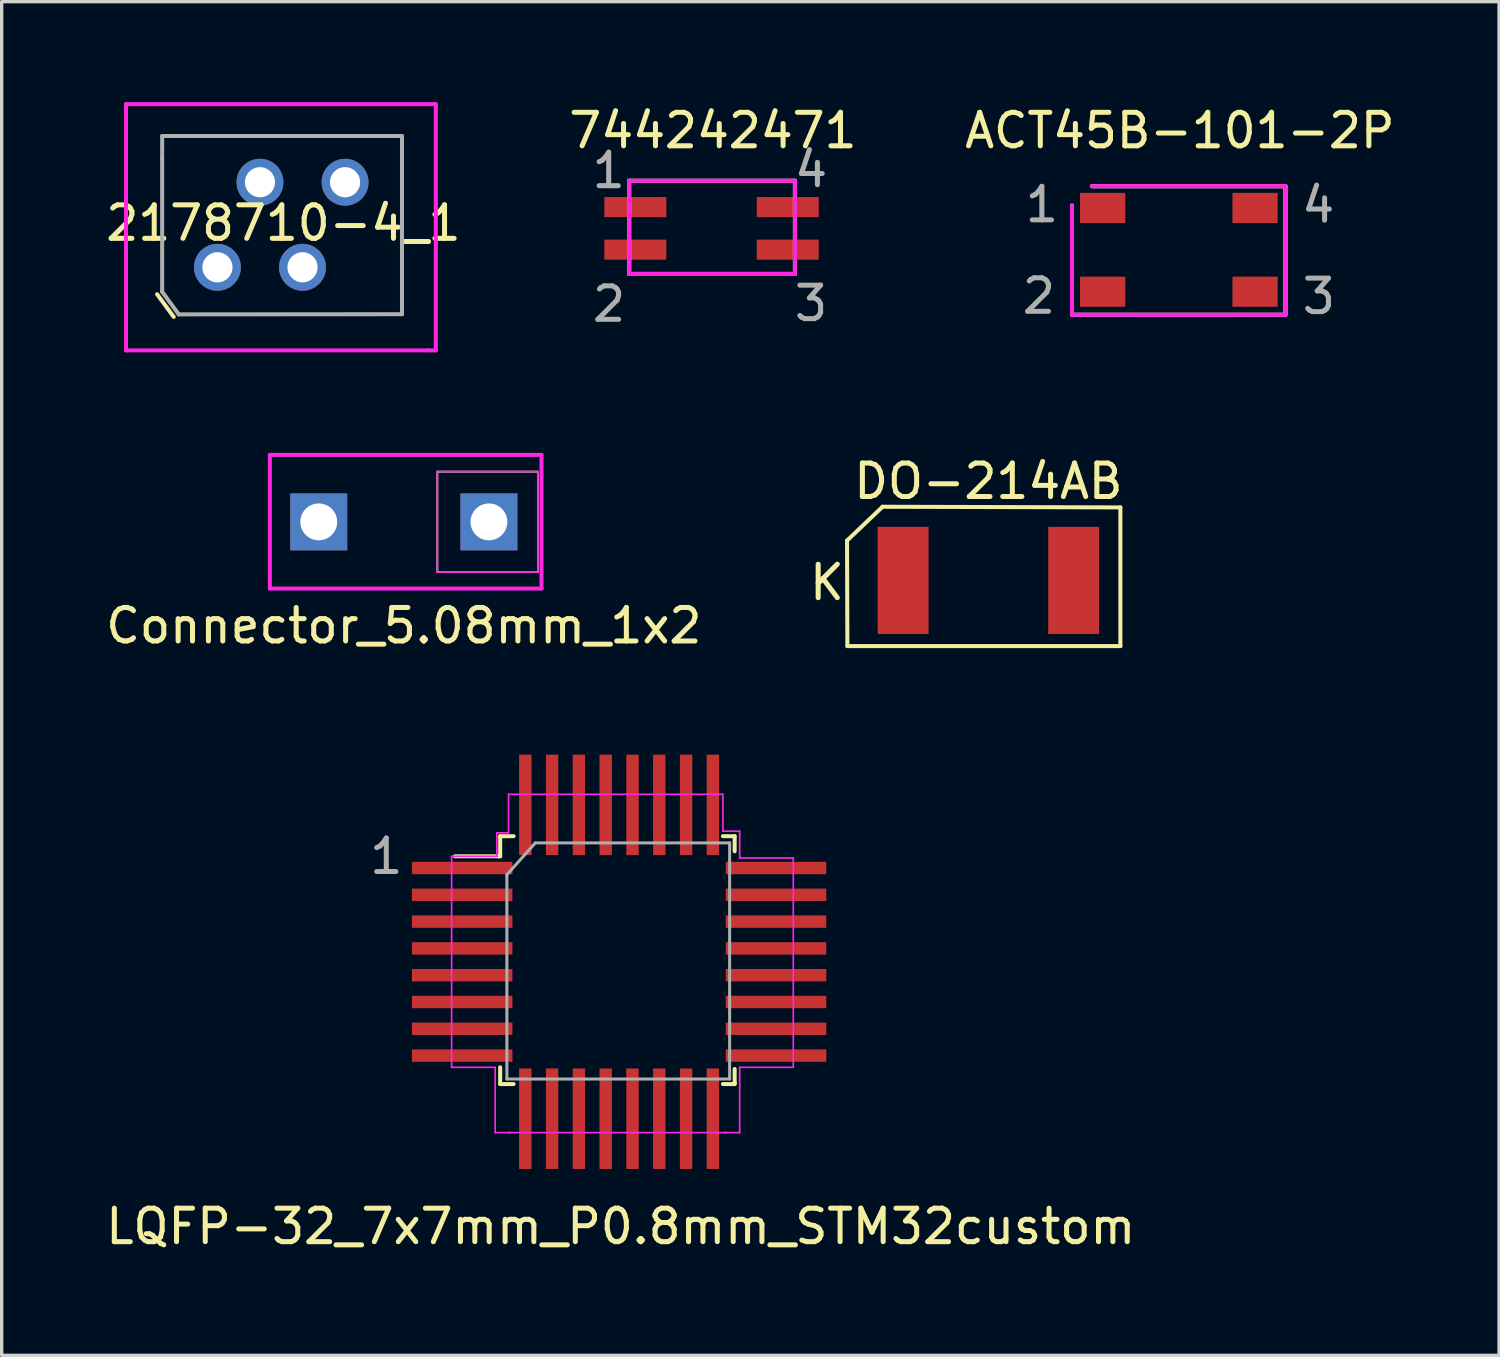
<source format=kicad_pcb>
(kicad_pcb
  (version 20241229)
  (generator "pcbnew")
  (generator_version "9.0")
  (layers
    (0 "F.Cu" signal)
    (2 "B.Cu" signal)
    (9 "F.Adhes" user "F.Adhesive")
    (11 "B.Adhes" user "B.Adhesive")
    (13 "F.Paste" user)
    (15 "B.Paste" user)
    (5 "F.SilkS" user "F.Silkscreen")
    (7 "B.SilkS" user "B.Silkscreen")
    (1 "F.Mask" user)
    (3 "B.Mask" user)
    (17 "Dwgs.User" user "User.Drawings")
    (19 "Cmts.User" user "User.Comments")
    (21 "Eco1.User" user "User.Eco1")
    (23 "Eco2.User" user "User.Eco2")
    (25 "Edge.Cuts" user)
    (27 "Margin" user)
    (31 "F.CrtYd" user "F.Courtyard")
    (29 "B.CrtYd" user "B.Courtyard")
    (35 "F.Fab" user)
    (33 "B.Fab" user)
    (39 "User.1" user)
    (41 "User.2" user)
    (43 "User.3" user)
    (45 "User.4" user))
  (footprint "2178710-4_1"
    (layer "F.Cu")
    (at 4.711 3.66)
    (property "Reference" "2178710-4_1" (at 0.7 -0.05 0) (layer "F.SilkS") (effects (font (size 1 1) (thickness 0.15))))
    (attr through_hole)
    (fp_line (start -3.07 2.075) (end -2.575 2.75) (stroke (width 0.12) (type solid)) (layer "F.SilkS"))
    (fp_line (start -4 -3.6) (end -4 -2) (stroke (width 0.12) (type solid)) (layer "F.CrtYd"))
    (fp_line (start -4 -2) (end -4 3.75) (stroke (width 0.12) (type solid)) (layer "F.CrtYd"))
    (fp_line (start -4 3.75) (end 5 3.75) (stroke (width 0.12) (type solid)) (layer "F.CrtYd"))
    (fp_line (start 5 3.75) (end 5.25 3.75) (stroke (width 0.12) (type solid)) (layer "F.CrtYd"))
    (fp_line (start 5.25 -3.6) (end -4 -3.6) (stroke (width 0.12) (type solid)) (layer "F.CrtYd"))
    (fp_line (start 5.25 3.75) (end 5.25 -3.6) (stroke (width 0.12) (type solid)) (layer "F.CrtYd"))
    (fp_line (start -2.92 -2.65) (end 4.24 -2.65) (stroke (width 0.12) (type solid)) (layer "F.Fab"))
    (fp_line (start -2.92 -1.98) (end -2.92 -2.65) (stroke (width 0.12) (type solid)) (layer "F.Fab"))
    (fp_line (start -2.92 -1.98) (end -2.92 2) (stroke (width 0.12) (type solid)) (layer "F.Fab"))
    (fp_line (start -2.92 2) (end -2.425 2.675) (stroke (width 0.12) (type solid)) (layer "F.Fab"))
    (fp_line (start -2.425 2.675) (end 4.24 2.67) (stroke (width 0.12) (type solid)) (layer "F.Fab"))
    (fp_line (start 4.24 -2.65) (end 4.24 -1.98) (stroke (width 0.12) (type solid)) (layer "F.Fab"))
    (fp_line (start 4.24 -1.98) (end 4.24 1.98) (stroke (width 0.12) (type solid)) (layer "F.Fab"))
    (fp_line (start 4.24 1.98) (end 4.24 2.67) (stroke (width 0.12) (type solid)) (layer "F.Fab"))
    (pad "1" thru_hole circle (at -1.27 1.27) (size 1.4 1.4) (drill 0.9) (layers "*.Cu" "*.Mask"))
    (pad "2" thru_hole circle (at 0 -1.27) (size 1.4 1.4) (drill 0.9) (layers "*.Cu" "*.Mask"))
    (pad "3" thru_hole circle (at 1.27 1.27) (size 1.4 1.4) (drill 0.9) (layers "*.Cu" "*.Mask"))
    (pad "4" thru_hole circle (at 2.54 -1.27) (size 1.4 1.4) (drill 0.9) (layers "*.Cu" "*.Mask")))
  (footprint "ACT45B-101-2P"
    (layer "F.Cu")
    (at 32.143 4.408)
    (property "Reference" "ACT45B-101-2P" (at 0.03 -3.56 0) (layer "F.SilkS") (effects (font (size 1 1) (thickness 0.15))))
    (attr through_hole)
    (fp_line (start -3.19 -1.32) (end -3.19 1.94) (stroke (width 0.12) (type solid)) (layer "F.SilkS"))
    (fp_line (start -3.19 1.94) (end 3.18 1.94) (stroke (width 0.12) (type solid)) (layer "F.SilkS"))
    (fp_line (start 3.18 -1.9) (end -2.59 -1.9) (stroke (width 0.12) (type solid)) (layer "F.SilkS"))
    (fp_line (start 3.18 1.94) (end 3.18 -1.9) (stroke (width 0.12) (type solid)) (layer "F.SilkS"))
    (fp_line (start -3.19 -1.32) (end -3.19 1.94) (stroke (width 0.12) (type solid)) (layer "F.CrtYd"))
    (fp_line (start -3.19 1.94) (end 3.18 1.94) (stroke (width 0.12) (type solid)) (layer "F.CrtYd"))
    (fp_line (start 3.17 -1.9) (end -2.6 -1.9) (stroke (width 0.12) (type solid)) (layer "F.CrtYd"))
    (fp_line (start 3.18 1.94) (end 3.18 -1.9) (stroke (width 0.12) (type solid)) (layer "F.CrtYd"))
    (fp_line (start -3.19 -1.32) (end -3.19 1.94) (stroke (width 0.12) (type solid)) (layer "F.Fab"))
    (fp_line (start -3.19 1.94) (end 3.18 1.94) (stroke (width 0.12) (type solid)) (layer "F.Fab"))
    (fp_line (start 3.18 -1.9) (end -2.59 -1.9) (stroke (width 0.12) (type solid)) (layer "F.Fab"))
    (fp_line (start 3.18 1.94) (end 3.18 -1.9) (stroke (width 0.12) (type solid)) (layer "F.Fab"))
    (fp_text user "1" (at -4.09 -1.35 0) (layer "F.Fab") (effects (font (size 1 1) (thickness 0.15))))
    (fp_text user "4" (at 4.16 -1.34 0) (layer "F.Fab") (effects (font (size 1 1) (thickness 0.15))))
    (fp_text user "2" (at -4.18 1.38 0) (layer "F.Fab") (effects (font (size 1 1) (thickness 0.15))))
    (fp_text user "3" (at 4.18 1.39 0) (layer "F.Fab") (effects (font (size 1 1) (thickness 0.15))))
    (pad "1" smd rect (at -2.275 -1.25) (size 1.35 0.9) (layers "F.Cu" "F.Mask" "F.Paste"))
    (pad "2" smd rect (at -2.275 1.25) (size 1.35 0.9) (layers "F.Cu" "F.Mask" "F.Paste"))
    (pad "3" smd rect (at 2.275 1.25) (size 1.35 0.9) (layers "F.Cu" "F.Mask" "F.Paste"))
    (pad "4" smd rect (at 2.275 -1.25) (size 1.35 0.9) (layers "F.Cu" "F.Mask" "F.Paste")))
  (footprint "744242471"
    (layer "F.Cu")
    (at 18.192 3.768)
    (property "Reference" "744242471" (at 0.04 -2.92 0) (layer "F.SilkS") (effects (font (size 1 1) (thickness 0.15))))
    (attr through_hole)
    (fp_line (start -2.46 -1.42) (end -2.46 1.36) (stroke (width 0.12) (type solid)) (layer "F.SilkS"))
    (fp_line (start -2.46 -1.42) (end 2.49 -1.42) (stroke (width 0.12) (type solid)) (layer "F.SilkS"))
    (fp_line (start 2.49 -1.42) (end 2.49 1.36) (stroke (width 0.12) (type solid)) (layer "F.SilkS"))
    (fp_line (start 2.49 1.36) (end -2.46 1.36) (stroke (width 0.12) (type solid)) (layer "F.SilkS"))
    (fp_line (start -2.46 -1.42) (end -2.46 1.36) (stroke (width 0.12) (type solid)) (layer "F.CrtYd"))
    (fp_line (start -2.46 -1.42) (end 2.49 -1.42) (stroke (width 0.12) (type solid)) (layer "F.CrtYd"))
    (fp_line (start 2.49 -1.42) (end 2.49 1.36) (stroke (width 0.12) (type solid)) (layer "F.CrtYd"))
    (fp_line (start 2.49 1.36) (end -2.46 1.36) (stroke (width 0.12) (type solid)) (layer "F.CrtYd"))
    (fp_line (start -2.46 -1.42) (end -2.46 1.36) (stroke (width 0.12) (type solid)) (layer "F.Fab"))
    (fp_line (start -2.46 -1.42) (end 2.49 -1.42) (stroke (width 0.12) (type solid)) (layer "F.Fab"))
    (fp_line (start 2.49 -1.42) (end 2.49 1.36) (stroke (width 0.12) (type solid)) (layer "F.Fab"))
    (fp_line (start 2.49 1.36) (end -2.46 1.36) (stroke (width 0.12) (type solid)) (layer "F.Fab"))
    (fp_text user "1" (at -3.07 -1.73 0) (layer "F.Fab") (effects (font (size 1 1) (thickness 0.15))))
    (fp_text user "3" (at 2.97 2.24 0) (layer "F.Fab") (effects (font (size 1 1) (thickness 0.15))))
    (fp_text user "2" (at -3.06 2.26 0) (layer "F.Fab") (effects (font (size 1 1) (thickness 0.15))))
    (fp_text user "4" (at 2.97 -1.76 0) (layer "F.Fab") (effects (font (size 1 1) (thickness 0.15))))
    (pad "1" smd rect (at -2.275 -0.635) (size 1.85 0.6) (layers "F.Cu" "F.Mask" "F.Paste"))
    (pad "2" smd rect (at -2.275 0.635) (size 1.85 0.6) (layers "F.Cu" "F.Mask" "F.Paste"))
    (pad "3" smd rect (at 2.275 0.635) (size 1.85 0.6) (layers "F.Cu" "F.Mask" "F.Paste"))
    (pad "4" smd rect (at 2.275 -0.635) (size 1.85 0.6) (layers "F.Cu" "F.Mask" "F.Paste")))
  (footprint "DO-214AB"
    (layer "F.Cu")
    (at 26.457 14.278)
    (property "Reference" "DO-214AB" (at 0 -2.96 0) (layer "F.SilkS") (effects (font (size 1 1) (thickness 0.15))))
    (attr through_hole)
    (fp_line (start -4.21 1.96) (end -4.22 -1.19) (stroke (width 0.12) (type solid)) (layer "F.SilkS"))
    (fp_line (start -4.21 1.96) (end 3.94 1.96) (stroke (width 0.12) (type solid)) (layer "F.SilkS"))
    (fp_line (start -3.16 -2.2) (end -4.22 -1.19) (stroke (width 0.12) (type solid)) (layer "F.SilkS"))
    (fp_line (start 3.94 -2.18) (end -3.16 -2.2) (stroke (width 0.12) (type solid)) (layer "F.SilkS"))
    (fp_line (start 3.94 1.96) (end 3.94 -2.18) (stroke (width 0.12) (type solid)) (layer "F.SilkS"))
    (fp_text user "K" (at -4.82 0.06 0) (layer "F.SilkS") (effects (font (size 1 1) (thickness 0.15))))
    (pad "1" smd rect (at -2.545 0) (size 1.52 3.2) (layers "F.Cu" "F.Mask" "F.Paste"))
    (pad "2" smd rect (at 2.545 0) (size 1.52 3.2) (layers "F.Cu" "F.Mask" "F.Paste")))
  (footprint "Connector_5.08mm_1x2"
    (layer "F.Cu")
    (at 9.006 12.53)
    (property "Reference" "Connector_5.08mm_1x2" (at 0 3.1 180) (layer "F.SilkS") (effects (font (size 1 1) (thickness 0.15))))
    (attr through_hole)
    (fp_line (start 1 -1.5) (end 4 -1.5) (stroke (width 0.05) (type solid)) (layer "F.SilkS"))
    (fp_line (start 1 1.5) (end 1 -1.5) (stroke (width 0.05) (type solid)) (layer "F.SilkS"))
    (fp_line (start 4 -1.5) (end 4 1.5) (stroke (width 0.05) (type solid)) (layer "F.SilkS"))
    (fp_line (start 4 1.5) (end 1 1.5) (stroke (width 0.05) (type solid)) (layer "F.SilkS"))
    (fp_arc (start -3.41958 -0.969788) (mid -1.555198 1.024907) (end -3.429999 -0.959999) (stroke (width 0.05) (type solid)) (layer "Eco2.User"))
    (fp_arc (start 1.60042 -0.999788) (mid 3.464802 0.994907) (end 1.590001 -0.989999) (stroke (width 0.05) (type solid)) (layer "Eco2.User"))
    (fp_line (start -4 -2) (end -4 1.99) (stroke (width 0.12) (type solid)) (layer "F.CrtYd"))
    (fp_line (start -4 -1.99) (end -4 1.99) (stroke (width 0.05) (type solid)) (layer "F.CrtYd"))
    (fp_line (start -4 -1.99) (end 4.11 -1.99) (stroke (width 0.05) (type solid)) (layer "F.CrtYd"))
    (fp_line (start -4 -1.99) (end 4.11 -1.99) (stroke (width 0.05) (type solid)) (layer "F.CrtYd"))
    (fp_line (start -4 1.99) (end 4.11 1.99) (stroke (width 0.12) (type solid)) (layer "F.CrtYd"))
    (fp_line (start 1 -1.5) (end 4 -1.5) (stroke (width 0.05) (type solid)) (layer "F.CrtYd"))
    (fp_line (start 1 1.5) (end 1 -1.5) (stroke (width 0.05) (type solid)) (layer "F.CrtYd"))
    (fp_line (start 4 -1.5) (end 4 1.5) (stroke (width 0.05) (type solid)) (layer "F.CrtYd"))
    (fp_line (start 4 1.5) (end 1 1.5) (stroke (width 0.05) (type solid)) (layer "F.CrtYd"))
    (fp_line (start 4.11 -2) (end -4 -2) (stroke (width 0.12) (type solid)) (layer "F.CrtYd"))
    (fp_line (start 4.11 -1.99) (end 4.11 1.99) (stroke (width 0.05) (type solid)) (layer "F.CrtYd"))
    (fp_line (start 4.11 1.99) (end -4 1.99) (stroke (width 0.05) (type solid)) (layer "F.CrtYd"))
    (fp_line (start 4.11 1.99) (end 4.11 -2) (stroke (width 0.12) (type solid)) (layer "F.CrtYd"))
    (fp_line (start -4 -2) (end -4 1.98) (stroke (width 0.05) (type solid)) (layer "F.Fab"))
    (fp_line (start 1 -1.5) (end 4 -1.5) (stroke (width 0.05) (type solid)) (layer "F.Fab"))
    (fp_line (start 1 1.5) (end 1 -1.5) (stroke (width 0.05) (type solid)) (layer "F.Fab"))
    (fp_line (start 4 -1.5) (end 4 1.5) (stroke (width 0.05) (type solid)) (layer "F.Fab"))
    (fp_line (start 4 1.5) (end 1 1.5) (stroke (width 0.05) (type solid)) (layer "F.Fab"))
    (fp_line (start 4.11 -2) (end 4.11 1.98) (stroke (width 0.05) (type solid)) (layer "F.Fab"))
    (fp_line (start 4.11 1.98) (end -4 1.98) (stroke (width 0.05) (type solid)) (layer "F.Fab"))
    (pad "1" thru_hole rect (at -2.54 0) (size 1.7 1.7) (drill 1.1) (layers "*.Cu" "*.Mask"))
    (pad "2" thru_hole rect (at 2.54 0) (size 1.7 1.7) (drill 1.1) (layers "*.Cu" "*.Mask")))
  (footprint "LQFP-32_7x7mm_P0.8mm_STM32custom"
    (layer "F.Cu")
    (at 15.432 25.663)
    (property "Reference" "LQFP-32_7x7mm_P0.8mm_STM32custom" (at 0.05 7.9 0) (layer "F.SilkS") (effects (font (size 1 1) (thickness 0.15))))
    (attr through_hole)
    (fp_line (start -3.6 -3.15) (end -4.9 -3.15) (stroke (width 0.12) (type solid)) (layer "F.SilkS"))
    (fp_line (start -3.6 -3.15) (end -3.55 -3.15) (stroke (width 0.12) (type solid)) (layer "F.SilkS"))
    (fp_line (start -3.55 -3.75) (end -3.15 -3.75) (stroke (width 0.12) (type solid)) (layer "F.SilkS"))
    (fp_line (start -3.55 -3.15) (end -3.55 -3.75) (stroke (width 0.12) (type solid)) (layer "F.SilkS"))
    (fp_line (start -3.55 3.15) (end -3.55 3.65) (stroke (width 0.12) (type solid)) (layer "F.SilkS"))
    (fp_line (start -3.55 3.65) (end -3.15 3.65) (stroke (width 0.12) (type solid)) (layer "F.SilkS"))
    (fp_line (start 3.1 -3.75) (end 3.45 -3.75) (stroke (width 0.12) (type solid)) (layer "F.SilkS"))
    (fp_line (start 3.45 -3.75) (end 3.45 -3.3) (stroke (width 0.12) (type solid)) (layer "F.SilkS"))
    (fp_line (start 3.45 3.2) (end 3.45 3.6) (stroke (width 0.12) (type solid)) (layer "F.SilkS"))
    (fp_line (start 3.45 3.6) (end 3.45 3.65) (stroke (width 0.12) (type solid)) (layer "F.SilkS"))
    (fp_line (start 3.45 3.65) (end 3.1 3.65) (stroke (width 0.12) (type solid)) (layer "F.SilkS"))
    (fp_line (start -5 -3.15) (end -3.65 -3.15) (stroke (width 0.05) (type solid)) (layer "F.CrtYd"))
    (fp_line (start -5 3.15) (end -5 -3.15) (stroke (width 0.05) (type solid)) (layer "F.CrtYd"))
    (fp_line (start -3.7 3.15) (end -5 3.15) (stroke (width 0.05) (type solid)) (layer "F.CrtYd"))
    (fp_line (start -3.7 5.1) (end -3.7 3.15) (stroke (width 0.05) (type solid)) (layer "F.CrtYd"))
    (fp_line (start -3.65 -3.85) (end -3.3 -3.85) (stroke (width 0.05) (type solid)) (layer "F.CrtYd"))
    (fp_line (start -3.65 -3.15) (end -3.65 -3.85) (stroke (width 0.05) (type solid)) (layer "F.CrtYd"))
    (fp_line (start -3.3 -5) (end 3.1 -5) (stroke (width 0.05) (type solid)) (layer "F.CrtYd"))
    (fp_line (start -3.3 -3.85) (end -3.3 -5) (stroke (width 0.05) (type solid)) (layer "F.CrtYd"))
    (fp_line (start -3.3 5.1) (end 3.2 5.1) (stroke (width 0.05) (type solid)) (layer "F.CrtYd"))
    (fp_line (start -3.25 5.1) (end -3.7 5.1) (stroke (width 0.05) (type solid)) (layer "F.CrtYd"))
    (fp_line (start 3.1 -3.9) (end 3.1 -5) (stroke (width 0.05) (type solid)) (layer "F.CrtYd"))
    (fp_line (start 3.15 5.1) (end 3.6 5.1) (stroke (width 0.05) (type solid)) (layer "F.CrtYd"))
    (fp_line (start 3.6 -3.9) (end 3.1 -3.9) (stroke (width 0.05) (type solid)) (layer "F.CrtYd"))
    (fp_line (start 3.6 -3.1) (end 3.6 -3.9) (stroke (width 0.05) (type solid)) (layer "F.CrtYd"))
    (fp_line (start 3.6 3.15) (end 5.2 3.15) (stroke (width 0.05) (type solid)) (layer "F.CrtYd"))
    (fp_line (start 3.6 5.1) (end 3.6 3.15) (stroke (width 0.05) (type solid)) (layer "F.CrtYd"))
    (fp_line (start 5.2 -3.1) (end 3.6 -3.1) (stroke (width 0.05) (type solid)) (layer "F.CrtYd"))
    (fp_line (start 5.2 3.15) (end 5.2 -3.1) (stroke (width 0.05) (type solid)) (layer "F.CrtYd"))
    (fp_line (start -3.35 -2.6) (end -2.5 -3.55) (stroke (width 0.09) (type solid)) (layer "F.Fab"))
    (fp_line (start -3.35 3.5) (end -3.35 -2.6) (stroke (width 0.09) (type solid)) (layer "F.Fab"))
    (fp_line (start -2.5 -3.55) (end 3.3 -3.55) (stroke (width 0.09) (type solid)) (layer "F.Fab"))
    (fp_line (start 3.3 -3.55) (end 3.3 3.5) (stroke (width 0.09) (type solid)) (layer "F.Fab"))
    (fp_line (start 3.3 3.5) (end -3.35 3.5) (stroke (width 0.09) (type solid)) (layer "F.Fab"))
    (fp_text user "1" (at -6.95 -3.15 0) (layer "F.Fab") (effects (font (size 1 1) (thickness 0.15))))
    (pad "1" smd rect (at -4.685 -2.8) (size 3 0.37) (layers "F.Cu" "F.Mask" "F.Paste"))
    (pad "2" smd rect (at -4.685 -2) (size 3 0.37) (layers "F.Cu" "F.Mask" "F.Paste"))
    (pad "3" smd rect (at -4.685 -1.2) (size 3 0.37) (layers "F.Cu" "F.Mask" "F.Paste"))
    (pad "4" smd rect (at -4.685 -0.4) (size 3 0.37) (layers "F.Cu" "F.Mask" "F.Paste"))
    (pad "5" smd rect (at -4.685 0.4) (size 3 0.37) (layers "F.Cu" "F.Mask" "F.Paste"))
    (pad "6" smd rect (at -4.685 1.2) (size 3 0.37) (layers "F.Cu" "F.Mask" "F.Paste"))
    (pad "7" smd rect (at -4.685 2) (size 3 0.37) (layers "F.Cu" "F.Mask" "F.Paste"))
    (pad "8" smd rect (at -4.685 2.8) (size 3 0.37) (layers "F.Cu" "F.Mask" "F.Paste"))
    (pad "9" smd rect (at -2.8 4.685 90) (size 3 0.37) (layers "F.Cu" "F.Mask" "F.Paste"))
    (pad "10" smd rect (at -2 4.685 90) (size 3 0.37) (layers "F.Cu" "F.Mask" "F.Paste"))
    (pad "11" smd rect (at -1.2 4.685 90) (size 3 0.37) (layers "F.Cu" "F.Mask" "F.Paste"))
    (pad "12" smd rect (at -0.4 4.685 90) (size 3 0.37) (layers "F.Cu" "F.Mask" "F.Paste"))
    (pad "13" smd rect (at 0.4 4.685 90) (size 3 0.37) (layers "F.Cu" "F.Mask" "F.Paste"))
    (pad "14" smd rect (at 1.2 4.685 90) (size 3 0.37) (layers "F.Cu" "F.Mask" "F.Paste"))
    (pad "15" smd rect (at 2 4.685 90) (size 3 0.37) (layers "F.Cu" "F.Mask" "F.Paste"))
    (pad "16" smd rect (at 2.8 4.685 90) (size 3 0.37) (layers "F.Cu" "F.Mask" "F.Paste"))
    (pad "17" smd rect (at 4.685 2.8 180) (size 3 0.37) (layers "F.Cu" "F.Mask" "F.Paste"))
    (pad "18" smd rect (at 4.685 2 180) (size 3 0.37) (layers "F.Cu" "F.Mask" "F.Paste"))
    (pad "19" smd rect (at 4.685 1.2 180) (size 3 0.37) (layers "F.Cu" "F.Mask" "F.Paste"))
    (pad "20" smd rect (at 4.685 0.4 180) (size 3 0.37) (layers "F.Cu" "F.Mask" "F.Paste"))
    (pad "21" smd rect (at 4.685 -0.4 180) (size 3 0.37) (layers "F.Cu" "F.Mask" "F.Paste"))
    (pad "22" smd rect (at 4.685 -1.2 180) (size 3 0.37) (layers "F.Cu" "F.Mask" "F.Paste"))
    (pad "23" smd rect (at 4.685 -2 180) (size 3 0.37) (layers "F.Cu" "F.Mask" "F.Paste"))
    (pad "24" smd rect (at 4.685 -2.8 180) (size 3 0.37) (layers "F.Cu" "F.Mask" "F.Paste"))
    (pad "25" smd rect (at 2.8 -4.685 270) (size 3 0.37) (layers "F.Cu" "F.Mask" "F.Paste"))
    (pad "26" smd rect (at 2 -4.685 270) (size 3 0.37) (layers "F.Cu" "F.Mask" "F.Paste"))
    (pad "27" smd rect (at 1.2 -4.685 270) (size 3 0.37) (layers "F.Cu" "F.Mask" "F.Paste"))
    (pad "28" smd rect (at 0.4 -4.685 270) (size 3 0.37) (layers "F.Cu" "F.Mask" "F.Paste"))
    (pad "29" smd rect (at -0.4 -4.685 270) (size 3 0.37) (layers "F.Cu" "F.Mask" "F.Paste"))
    (pad "30" smd rect (at -1.2 -4.685 270) (size 3 0.37) (layers "F.Cu" "F.Mask" "F.Paste"))
    (pad "31" smd rect (at -2 -4.685 270) (size 3 0.37) (layers "F.Cu" "F.Mask" "F.Paste"))
    (pad "32" smd rect (at -2.8 -4.685 270) (size 3 0.37) (layers "F.Cu" "F.Mask" "F.Paste")))
  (gr_rect
    (start -3 -3)
    (end 41.702 37.411)
    (stroke (width 0.1) (type default))
    (fill no)
    (layer "Edge.Cuts")))
</source>
